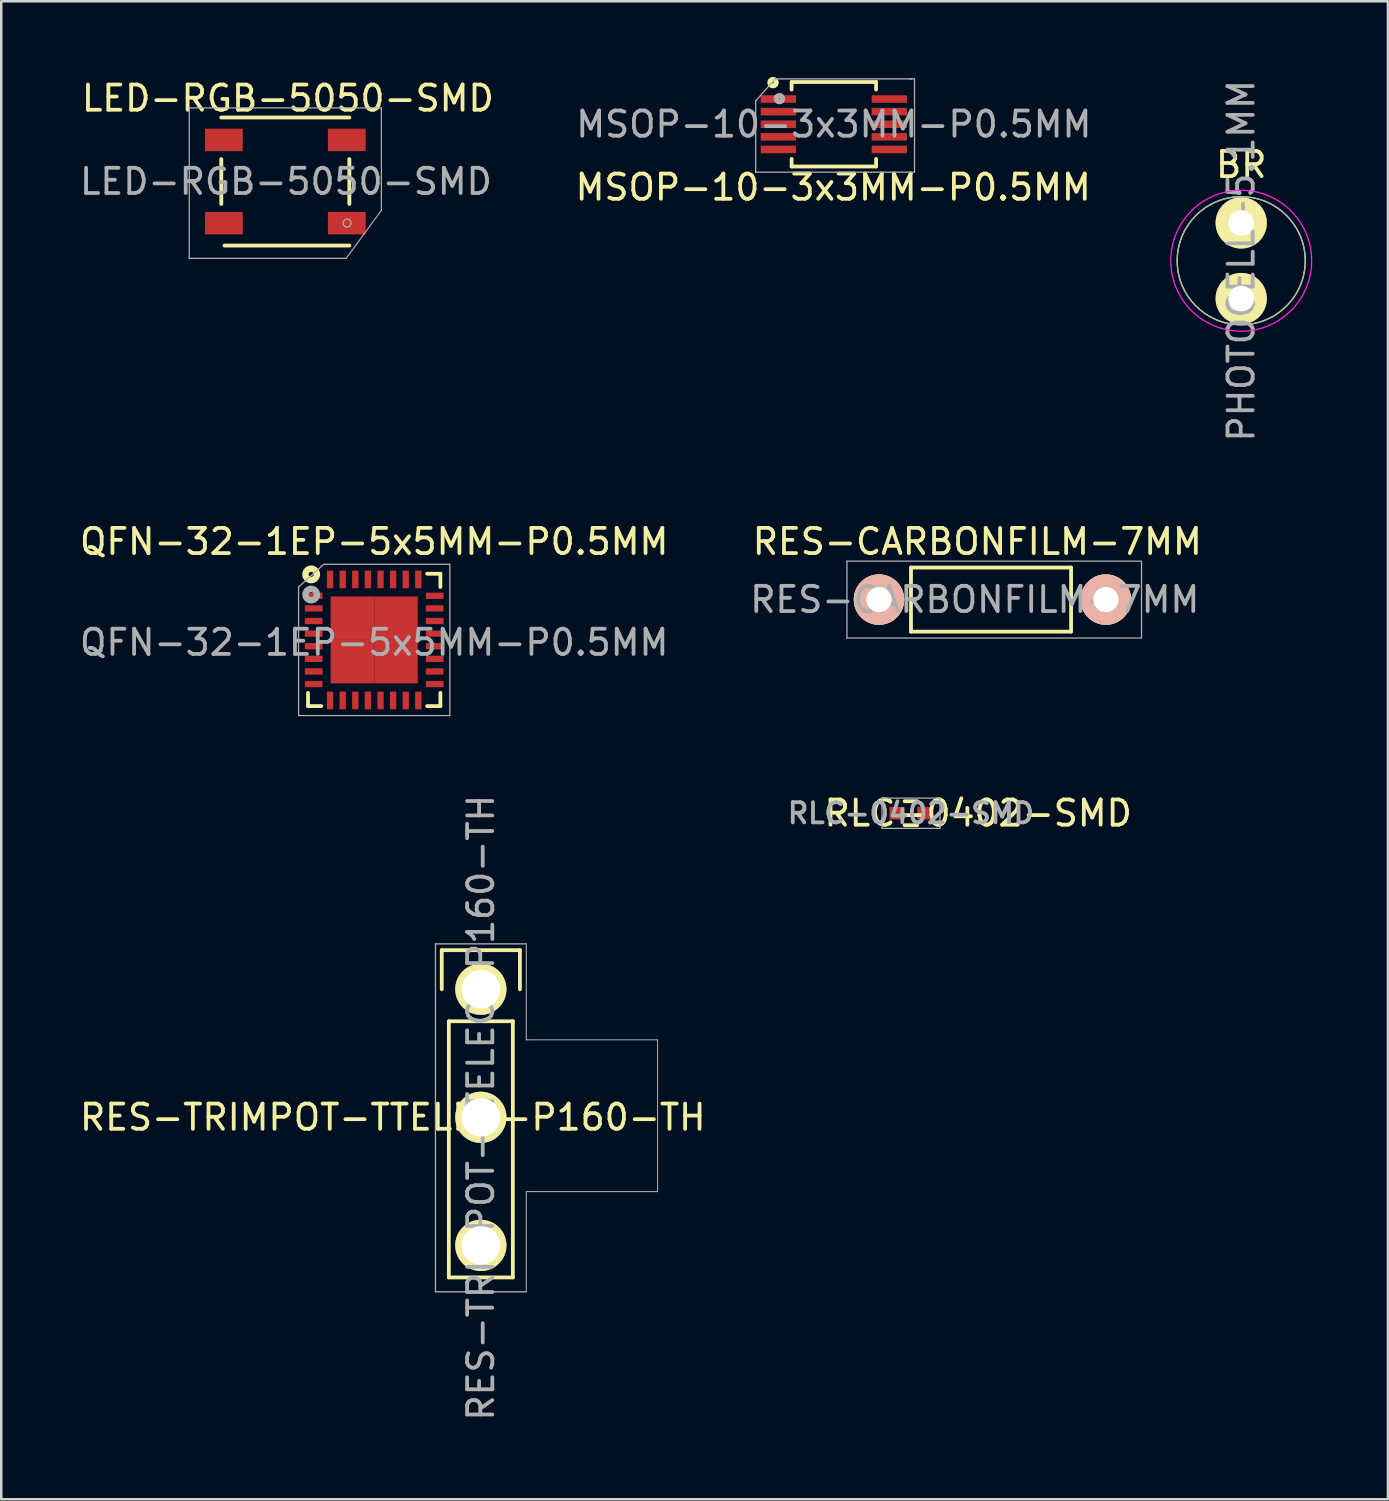
<source format=kicad_pcb>
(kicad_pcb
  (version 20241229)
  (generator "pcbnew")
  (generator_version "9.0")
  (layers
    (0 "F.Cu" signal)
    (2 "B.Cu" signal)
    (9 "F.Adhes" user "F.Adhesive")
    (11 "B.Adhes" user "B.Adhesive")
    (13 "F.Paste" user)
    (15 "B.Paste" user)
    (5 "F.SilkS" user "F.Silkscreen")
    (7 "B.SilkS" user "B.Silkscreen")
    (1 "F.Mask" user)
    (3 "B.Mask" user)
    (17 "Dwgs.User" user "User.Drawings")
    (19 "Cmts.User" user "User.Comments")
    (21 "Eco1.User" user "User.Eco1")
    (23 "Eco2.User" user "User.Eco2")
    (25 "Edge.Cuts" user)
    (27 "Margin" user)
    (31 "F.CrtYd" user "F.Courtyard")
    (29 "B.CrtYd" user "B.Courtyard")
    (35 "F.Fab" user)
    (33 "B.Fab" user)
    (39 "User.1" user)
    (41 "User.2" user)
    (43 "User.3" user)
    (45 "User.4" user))
  (footprint "PHOTOCELL-5.1MM"
    (layer "F.Cu")
    (at 46.181 7.292)
    (property "Reference" "PHOTOCELL-5.1MM" (at 0 0 90) (layer "F.Fab") (effects (font (size 1 1) (thickness 0.15))))
    (attr smd)
    (fp_circle (center 0 0) (end 2.54 0) (stroke (width 0.05) (type solid)) (fill no) (layer "F.SilkS"))
    (fp_circle (center 0 0) (end 2.794 0) (stroke (width 0.05) (type solid)) (fill no) (layer "F.CrtYd"))
    (fp_circle (center 0 0) (end 2.54 0) (stroke (width 0.05) (type solid)) (fill no) (layer "F.Fab"))
    (fp_text user "BR" (at 0 -3.81 0) (layer "F.SilkS") (effects (font (size 1 1) (thickness 0.15))))
    (pad "1" thru_hole circle (at 0 -1.5) (size 2.032 2.032) (drill 1.016) (layers "*.Cu" "*.Mask" "F.SilkS"))
    (pad "2" thru_hole oval (at 0 1.5) (size 2.032 2.032) (drill 1.016) (layers "*.Cu" "*.Mask" "F.SilkS")))
  (footprint "QFN-32-1EP-5x5MM-P0.5MM"
    (layer "F.Cu")
    (at 11.792 22.332)
    (property "Reference" "QFN-32-1EP-5x5MM-P0.5MM" (at 0 0.1 0) (layer "F.Fab") (effects (font (size 1 1) (thickness 0.15))))
    (attr smd)
    (fp_line (start -2.625 2.625) (end -2.625 2.1) (stroke (width 0.15) (type solid)) (layer "F.SilkS"))
    (fp_line (start -2.625 2.625) (end -2.1 2.625) (stroke (width 0.15) (type solid)) (layer "F.SilkS"))
    (fp_line (start 2.625 -2.625) (end 2.1 -2.625) (stroke (width 0.15) (type solid)) (layer "F.SilkS"))
    (fp_line (start 2.625 -2.625) (end 2.625 -2.1) (stroke (width 0.15) (type solid)) (layer "F.SilkS"))
    (fp_line (start 2.625 2.625) (end 2.1 2.625) (stroke (width 0.15) (type solid)) (layer "F.SilkS"))
    (fp_line (start 2.625 2.625) (end 2.625 2.1) (stroke (width 0.15) (type solid)) (layer "F.SilkS"))
    (fp_circle (center -2.5 -2.6) (end -2.4 -2.6) (stroke (width 0.254) (type solid)) (fill no) (layer "F.SilkS"))
    (fp_line (start -3 3) (end -3 -2.1) (stroke (width 0.051) (type solid)) (layer "F.Fab"))
    (fp_line (start -2 -3) (end -3 -2.1) (stroke (width 0.05) (type solid)) (layer "F.Fab"))
    (fp_line (start -2 -3) (end 3 -3) (stroke (width 0.051) (type solid)) (layer "F.Fab"))
    (fp_line (start 3 -3) (end 3 3) (stroke (width 0.051) (type solid)) (layer "F.Fab"))
    (fp_line (start 3 3) (end -3 3) (stroke (width 0.051) (type solid)) (layer "F.Fab"))
    (fp_circle (center -2.5 -1.8) (end -2.4 -1.8) (stroke (width 0.254) (type solid)) (fill no) (layer "F.Fab"))
    (fp_text user "${REFERENCE}" (at 0 -3.9 0) (layer "F.SilkS") (effects (font (size 1 1) (thickness 0.15))))
    (pad "1" smd rect (at -2.4 -1.75) (size 0.7 0.25) (layers "F.Cu" "F.Mask" "F.Paste"))
    (pad "2" smd rect (at -2.4 -1.25) (size 0.7 0.25) (layers "F.Cu" "F.Mask" "F.Paste"))
    (pad "3" smd rect (at -2.4 -0.75) (size 0.7 0.25) (layers "F.Cu" "F.Mask" "F.Paste"))
    (pad "4" smd rect (at -2.4 -0.25) (size 0.7 0.25) (layers "F.Cu" "F.Mask" "F.Paste"))
    (pad "5" smd rect (at -2.4 0.25) (size 0.7 0.25) (layers "F.Cu" "F.Mask" "F.Paste"))
    (pad "6" smd rect (at -2.4 0.75) (size 0.7 0.25) (layers "F.Cu" "F.Mask" "F.Paste"))
    (pad "7" smd rect (at -2.4 1.25) (size 0.7 0.25) (layers "F.Cu" "F.Mask" "F.Paste"))
    (pad "8" smd rect (at -2.4 1.75) (size 0.7 0.25) (layers "F.Cu" "F.Mask" "F.Paste"))
    (pad "9" smd rect (at -1.75 2.4 90) (size 0.7 0.25) (layers "F.Cu" "F.Mask" "F.Paste"))
    (pad "10" smd rect (at -1.25 2.4 90) (size 0.7 0.25) (layers "F.Cu" "F.Mask" "F.Paste"))
    (pad "11" smd rect (at -0.75 2.4 90) (size 0.7 0.25) (layers "F.Cu" "F.Mask" "F.Paste"))
    (pad "12" smd rect (at -0.25 2.4 90) (size 0.7 0.25) (layers "F.Cu" "F.Mask" "F.Paste"))
    (pad "13" smd rect (at 0.25 2.4 90) (size 0.7 0.25) (layers "F.Cu" "F.Mask" "F.Paste"))
    (pad "14" smd rect (at 0.75 2.4 90) (size 0.7 0.25) (layers "F.Cu" "F.Mask" "F.Paste"))
    (pad "15" smd rect (at 1.25 2.4 90) (size 0.7 0.25) (layers "F.Cu" "F.Mask" "F.Paste"))
    (pad "16" smd rect (at 1.75 2.4 90) (size 0.7 0.25) (layers "F.Cu" "F.Mask" "F.Paste"))
    (pad "17" smd rect (at 2.4 1.75) (size 0.7 0.25) (layers "F.Cu" "F.Mask" "F.Paste"))
    (pad "18" smd rect (at 2.4 1.25) (size 0.7 0.25) (layers "F.Cu" "F.Mask" "F.Paste"))
    (pad "19" smd rect (at 2.4 0.75) (size 0.7 0.25) (layers "F.Cu" "F.Mask" "F.Paste"))
    (pad "20" smd rect (at 2.4 0.25) (size 0.7 0.25) (layers "F.Cu" "F.Mask" "F.Paste"))
    (pad "21" smd rect (at 2.4 -0.25) (size 0.7 0.25) (layers "F.Cu" "F.Mask" "F.Paste"))
    (pad "22" smd rect (at 2.4 -0.75) (size 0.7 0.25) (layers "F.Cu" "F.Mask" "F.Paste"))
    (pad "23" smd rect (at 2.4 -1.25) (size 0.7 0.25) (layers "F.Cu" "F.Mask" "F.Paste"))
    (pad "24" smd rect (at 2.4 -1.75) (size 0.7 0.25) (layers "F.Cu" "F.Mask" "F.Paste"))
    (pad "25" smd rect (at 1.75 -2.4 90) (size 0.7 0.25) (layers "F.Cu" "F.Mask" "F.Paste"))
    (pad "26" smd rect (at 1.25 -2.4 90) (size 0.7 0.25) (layers "F.Cu" "F.Mask" "F.Paste"))
    (pad "27" smd rect (at 0.75 -2.4 90) (size 0.7 0.25) (layers "F.Cu" "F.Mask" "F.Paste"))
    (pad "28" smd rect (at 0.25 -2.4 90) (size 0.7 0.25) (layers "F.Cu" "F.Mask" "F.Paste"))
    (pad "29" smd rect (at -0.25 -2.4 90) (size 0.7 0.25) (layers "F.Cu" "F.Mask" "F.Paste"))
    (pad "30" smd rect (at -0.75 -2.4 90) (size 0.7 0.25) (layers "F.Cu" "F.Mask" "F.Paste"))
    (pad "31" smd rect (at -1.25 -2.4 90) (size 0.7 0.25) (layers "F.Cu" "F.Mask" "F.Paste"))
    (pad "32" smd rect (at -1.75 -2.4 90) (size 0.7 0.25) (layers "F.Cu" "F.Mask" "F.Paste"))
    (pad "33" smd rect (at -0.863 -0.863) (size 1.725 1.725) (layers "F.Cu" "F.Mask" "F.Paste"))
    (pad "33" smd rect (at -0.863 0.863) (size 1.725 1.725) (layers "F.Cu" "F.Mask" "F.Paste"))
    (pad "33" smd rect (at 0.863 -0.863) (size 1.725 1.725) (layers "F.Cu" "F.Mask" "F.Paste"))
    (pad "33" smd rect (at 0.863 0.863) (size 1.725 1.725) (layers "F.Cu" "F.Mask" "F.Paste")))
  (footprint "LED-RGB-5050-SMD"
    (layer "F.Cu")
    (at 8.267 4.15)
    (property "Reference" "LED-RGB-5050-SMD" (at 0.025 0 0) (layer "F.Fab") (effects (font (size 1 1) (thickness 0.15))))
    (attr smd)
    (fp_line (start -2.54 -2.54) (end 2.54 -2.54) (stroke (width 0.152) (type solid)) (layer "F.SilkS"))
    (fp_line (start -2.54 -0.889) (end -2.54 0.889) (stroke (width 0.152) (type solid)) (layer "F.SilkS"))
    (fp_line (start 2.54 -0.889) (end 2.54 0.889) (stroke (width 0.152) (type solid)) (layer "F.SilkS"))
    (fp_line (start 2.54 2.54) (end -2.413 2.54) (stroke (width 0.152) (type solid)) (layer "F.SilkS"))
    (fp_line (start -3.81 -2.921) (end -3.81 3.048) (stroke (width 0.05) (type solid)) (layer "F.Fab"))
    (fp_line (start -3.81 3.048) (end 2.413 3.048) (stroke (width 0.05) (type solid)) (layer "F.Fab"))
    (fp_line (start 2.413 3.048) (end 3.81 1.143) (stroke (width 0.046) (type solid)) (layer "F.Fab"))
    (fp_line (start 3.81 -2.921) (end -3.81 -2.921) (stroke (width 0.05) (type solid)) (layer "F.Fab"))
    (fp_line (start 3.81 1.143) (end 3.81 -2.921) (stroke (width 0.05) (type solid)) (layer "F.Fab"))
    (fp_circle (center 2.45 1.65) (end 2.5 1.8) (stroke (width 0.05) (type solid)) (fill no) (layer "F.Fab"))
    (fp_text user "${REFERENCE}" (at 0.1 -3.302 0) (layer "F.SilkS") (effects (font (size 1 1) (thickness 0.15))))
    (pad "1" smd rect (at 2.438 1.651) (size 1.499 0.889) (layers "F.Cu" "F.Mask" "F.Paste"))
    (pad "2" smd rect (at 2.438 -1.651) (size 1.499 0.889) (layers "F.Cu" "F.Mask" "F.Paste"))
    (pad "3" smd rect (at -2.438 -1.651) (size 1.499 0.889) (layers "F.Cu" "F.Mask" "F.Paste"))
    (pad "4" smd rect (at -2.438 1.651) (size 1.499 0.889) (layers "F.Cu" "F.Mask" "F.Paste")))
  (footprint "RES-CARBONFILM-7MM"
    (layer "F.Cu")
    (at 31.813 20.732)
    (property "Reference" "RES-CARBONFILM-7MM" (at 3.8 0 0) (layer "F.Fab") (effects (font (size 1 1) (thickness 0.15))))
    (attr smd)
    (fp_line (start 1.27 -1.27) (end 7.62 -1.27) (stroke (width 0.15) (type solid)) (layer "F.SilkS"))
    (fp_line (start 1.27 1.27) (end 1.27 -1.27) (stroke (width 0.15) (type solid)) (layer "F.SilkS"))
    (fp_line (start 7.62 -1.27) (end 7.62 1.27) (stroke (width 0.15) (type solid)) (layer "F.SilkS"))
    (fp_line (start 7.62 1.27) (end 1.27 1.27) (stroke (width 0.15) (type solid)) (layer "F.SilkS"))
    (fp_line (start -1.27 -1.524) (end -1.27 1.524) (stroke (width 0.051) (type solid)) (layer "F.Fab"))
    (fp_line (start -1.27 1.524) (end 10.414 1.524) (stroke (width 0.051) (type solid)) (layer "F.Fab"))
    (fp_line (start 10.414 -1.524) (end -1.27 -1.524) (stroke (width 0.051) (type solid)) (layer "F.Fab"))
    (fp_line (start 10.414 1.5) (end 10.414 -1.5) (stroke (width 0.051) (type solid)) (layer "F.Fab"))
    (fp_text user "${REFERENCE}" (at 3.9 -2.3 0) (layer "F.SilkS") (effects (font (size 1 1) (thickness 0.15))))
    (pad "1" thru_hole circle (at 0 0) (size 1.999 1.999) (drill 1.001) (layers "*.Cu" "*.SilkS" "*.Mask"))
    (pad "2" thru_hole circle (at 9 0) (size 1.999 1.999) (drill 1.001) (layers "*.Cu" "*.SilkS" "*.Mask")))
  (footprint "MSOP-10-3x3MM-P0.5MM"
    (layer "F.Cu")
    (at 30.023 1.878)
    (property "Reference" "MSOP-10-3x3MM-P0.5MM" (at 0 0 0) (layer "F.Fab") (effects (font (size 1 1) (thickness 0.15))))
    (attr smd)
    (fp_line (start -1.675 -1.675) (end -1.675 -1.375) (stroke (width 0.15) (type solid)) (layer "F.SilkS"))
    (fp_line (start -1.675 -1.675) (end 1.675 -1.675) (stroke (width 0.15) (type solid)) (layer "F.SilkS"))
    (fp_line (start -1.675 1.675) (end -1.675 1.375) (stroke (width 0.15) (type solid)) (layer "F.SilkS"))
    (fp_line (start -1.675 1.675) (end 1.675 1.675) (stroke (width 0.15) (type solid)) (layer "F.SilkS"))
    (fp_line (start 1.675 -1.675) (end 1.675 -1.375) (stroke (width 0.15) (type solid)) (layer "F.SilkS"))
    (fp_line (start 1.675 1.675) (end 1.675 1.375) (stroke (width 0.15) (type solid)) (layer "F.SilkS"))
    (fp_circle (center -2.413 -1.651) (end -2.413 -1.778) (stroke (width 0.2) (type solid)) (fill no) (layer "F.SilkS"))
    (fp_line (start -3.1 -0.925) (end -3.1 1.9) (stroke (width 0.051) (type solid)) (layer "F.Fab"))
    (fp_line (start -3.1 -0.925) (end -2.325 -1.8) (stroke (width 0.05) (type solid)) (layer "F.Fab"))
    (fp_line (start -3.1 1.9) (end 3.2 1.9) (stroke (width 0.051) (type solid)) (layer "F.Fab"))
    (fp_line (start 3.1 -1.8) (end -2.325 -1.8) (stroke (width 0.051) (type solid)) (layer "F.Fab"))
    (fp_line (start 3.2 -1.8) (end 3 -1.8) (stroke (width 0.051) (type solid)) (layer "F.Fab"))
    (fp_line (start 3.2 1.9) (end 3.2 -1.8) (stroke (width 0.051) (type solid)) (layer "F.Fab"))
    (fp_circle (center -2.159 -1.016) (end -2.159 -1.143) (stroke (width 0.2) (type solid)) (fill no) (layer "F.Fab"))
    (fp_text user "${REFERENCE}" (at -0.025 2.502 0) (layer "F.SilkS") (effects (font (size 1 1) (thickness 0.15))))
    (pad "1" smd rect (at -2.2 -1) (size 1.4 0.3) (layers "F.Cu" "F.Mask" "F.Paste"))
    (pad "2" smd rect (at -2.2 -0.5) (size 1.4 0.3) (layers "F.Cu" "F.Mask" "F.Paste"))
    (pad "3" smd rect (at -2.2 0) (size 1.4 0.3) (layers "F.Cu" "F.Mask" "F.Paste"))
    (pad "4" smd rect (at -2.2 0.5) (size 1.4 0.3) (layers "F.Cu" "F.Mask" "F.Paste"))
    (pad "5" smd rect (at -2.2 1) (size 1.4 0.3) (layers "F.Cu" "F.Mask" "F.Paste"))
    (pad "6" smd rect (at 2.2 1) (size 1.4 0.3) (layers "F.Cu" "F.Mask" "F.Paste"))
    (pad "7" smd rect (at 2.2 0.5) (size 1.4 0.3) (layers "F.Cu" "F.Mask" "F.Paste"))
    (pad "8" smd rect (at 2.2 0) (size 1.4 0.3) (layers "F.Cu" "F.Mask" "F.Paste"))
    (pad "9" smd rect (at 2.2 -0.5) (size 1.4 0.3) (layers "F.Cu" "F.Mask" "F.Paste"))
    (pad "10" smd rect (at 2.2 -1) (size 1.4 0.3) (layers "F.Cu" "F.Mask" "F.Paste")))
  (footprint "RLC-0402-SMD"
    (layer "F.Cu")
    (at 33.081 29.205)
    (property "Reference" "RLC-0402-SMD" (at 0 0 0) (layer "F.Fab") (effects (font (size 0.8 0.8) (thickness 0.15))))
    (attr smd)
    (fp_line (start -0.25 0.475) (end 0.25 0.475) (stroke (width 0.15) (type solid)) (layer "F.SilkS"))
    (fp_line (start 0.25 -0.475) (end -0.25 -0.475) (stroke (width 0.15) (type solid)) (layer "F.SilkS"))
    (fp_line (start -1.15 -0.6) (end -1.15 0.6) (stroke (width 0.05) (type solid)) (layer "F.Fab"))
    (fp_line (start -1.15 -0.6) (end 1.15 -0.6) (stroke (width 0.05) (type solid)) (layer "F.Fab"))
    (fp_line (start -1.15 0.6) (end 1.15 0.6) (stroke (width 0.05) (type solid)) (layer "F.Fab"))
    (fp_line (start 1.15 -0.6) (end 1.15 0.6) (stroke (width 0.05) (type solid)) (layer "F.Fab"))
    (fp_text user "${REFERENCE}" (at 2.667 0 0) (layer "F.SilkS") (effects (font (size 1 1) (thickness 0.15))))
    (pad "1" smd rect (at -0.55 0) (size 0.6 0.5) (layers "F.Cu" "F.Mask" "F.Paste"))
    (pad "2" smd rect (at 0.55 0) (size 0.6 0.5) (layers "F.Cu" "F.Mask" "F.Paste")))
  (footprint "RES-TRIMPOT-TTELEC-P160-TH"
    (layer "F.Cu")
    (at 16.022 36.187)
    (property "Reference" "RES-TRIMPOT-TTELEC-P160-TH" (at 0 4.7 90) (layer "F.Fab") (effects (font (size 1 1) (thickness 0.15))))
    (attr smd)
    (fp_line (start -1.55 -1.55) (end 1.55 -1.55) (stroke (width 0.15) (type solid)) (layer "F.SilkS"))
    (fp_line (start -1.55 0) (end -1.55 -1.55) (stroke (width 0.15) (type solid)) (layer "F.SilkS"))
    (fp_line (start -1.27 11.43) (end -1.27 1.27) (stroke (width 0.15) (type solid)) (layer "F.SilkS"))
    (fp_line (start 1.27 1.27) (end -1.27 1.27) (stroke (width 0.15) (type solid)) (layer "F.SilkS"))
    (fp_line (start 1.27 1.27) (end 1.27 11.43) (stroke (width 0.15) (type solid)) (layer "F.SilkS"))
    (fp_line (start 1.27 11.43) (end -1.27 11.43) (stroke (width 0.15) (type solid)) (layer "F.SilkS"))
    (fp_line (start 1.55 -1.55) (end 1.55 0) (stroke (width 0.15) (type solid)) (layer "F.SilkS"))
    (fp_line (start -1.8 -1.8) (end -1.8 12) (stroke (width 0.051) (type solid)) (layer "F.Fab"))
    (fp_line (start -1.8 12) (end 1.8 12) (stroke (width 0.051) (type solid)) (layer "F.Fab"))
    (fp_line (start 1.8 -1.8) (end -1.8 -1.8) (stroke (width 0.051) (type solid)) (layer "F.Fab"))
    (fp_line (start 1.803 -1.803) (end 1.803 2.007) (stroke (width 0.041) (type solid)) (layer "F.Fab"))
    (fp_line (start 1.803 2.007) (end 2.007 2.007) (stroke (width 0.041) (type solid)) (layer "F.Fab"))
    (fp_line (start 1.803 8.026) (end 2.007 8.026) (stroke (width 0.041) (type solid)) (layer "F.Fab"))
    (fp_line (start 1.803 11.989) (end 1.803 8.026) (stroke (width 0.041) (type solid)) (layer "F.Fab"))
    (fp_line (start 1.981 8.026) (end 7.01 8.026) (stroke (width 0.041) (type solid)) (layer "F.Fab"))
    (fp_line (start 7.01 2.007) (end 2.007 2.007) (stroke (width 0.041) (type solid)) (layer "F.Fab"))
    (fp_line (start 7.01 5.055) (end 7.01 2.007) (stroke (width 0.041) (type solid)) (layer "F.Fab"))
    (fp_line (start 7.01 8.026) (end 7.01 5.055) (stroke (width 0.041) (type solid)) (layer "F.Fab"))
    (fp_circle (center 0 0) (end 0.1 0.2) (stroke (width 0.254) (type solid)) (fill no) (layer "F.Fab"))
    (fp_text user "${REFERENCE}" (at -3.493 5.08 180) (layer "F.SilkS") (effects (font (size 1 1) (thickness 0.15))))
    (pad "1" thru_hole circle (at 0 0) (size 2.032 2.032) (drill 1.524) (layers "*.Cu" "*.Mask" "F.SilkS"))
    (pad "2" thru_hole circle (at 0 5.08) (size 2.032 2.032) (drill 1.524) (layers "*.Cu" "*.Mask" "F.SilkS"))
    (pad "3" thru_hole circle (at 0 10.16) (size 2.032 2.032) (drill 1.524) (layers "*.Cu" "*.Mask" "F.SilkS")))
  (gr_rect
    (start -3 -3)
    (end 52 56.417)
    (stroke (width 0.1) (type default))
    (fill no)
    (layer "Edge.Cuts")))
</source>
